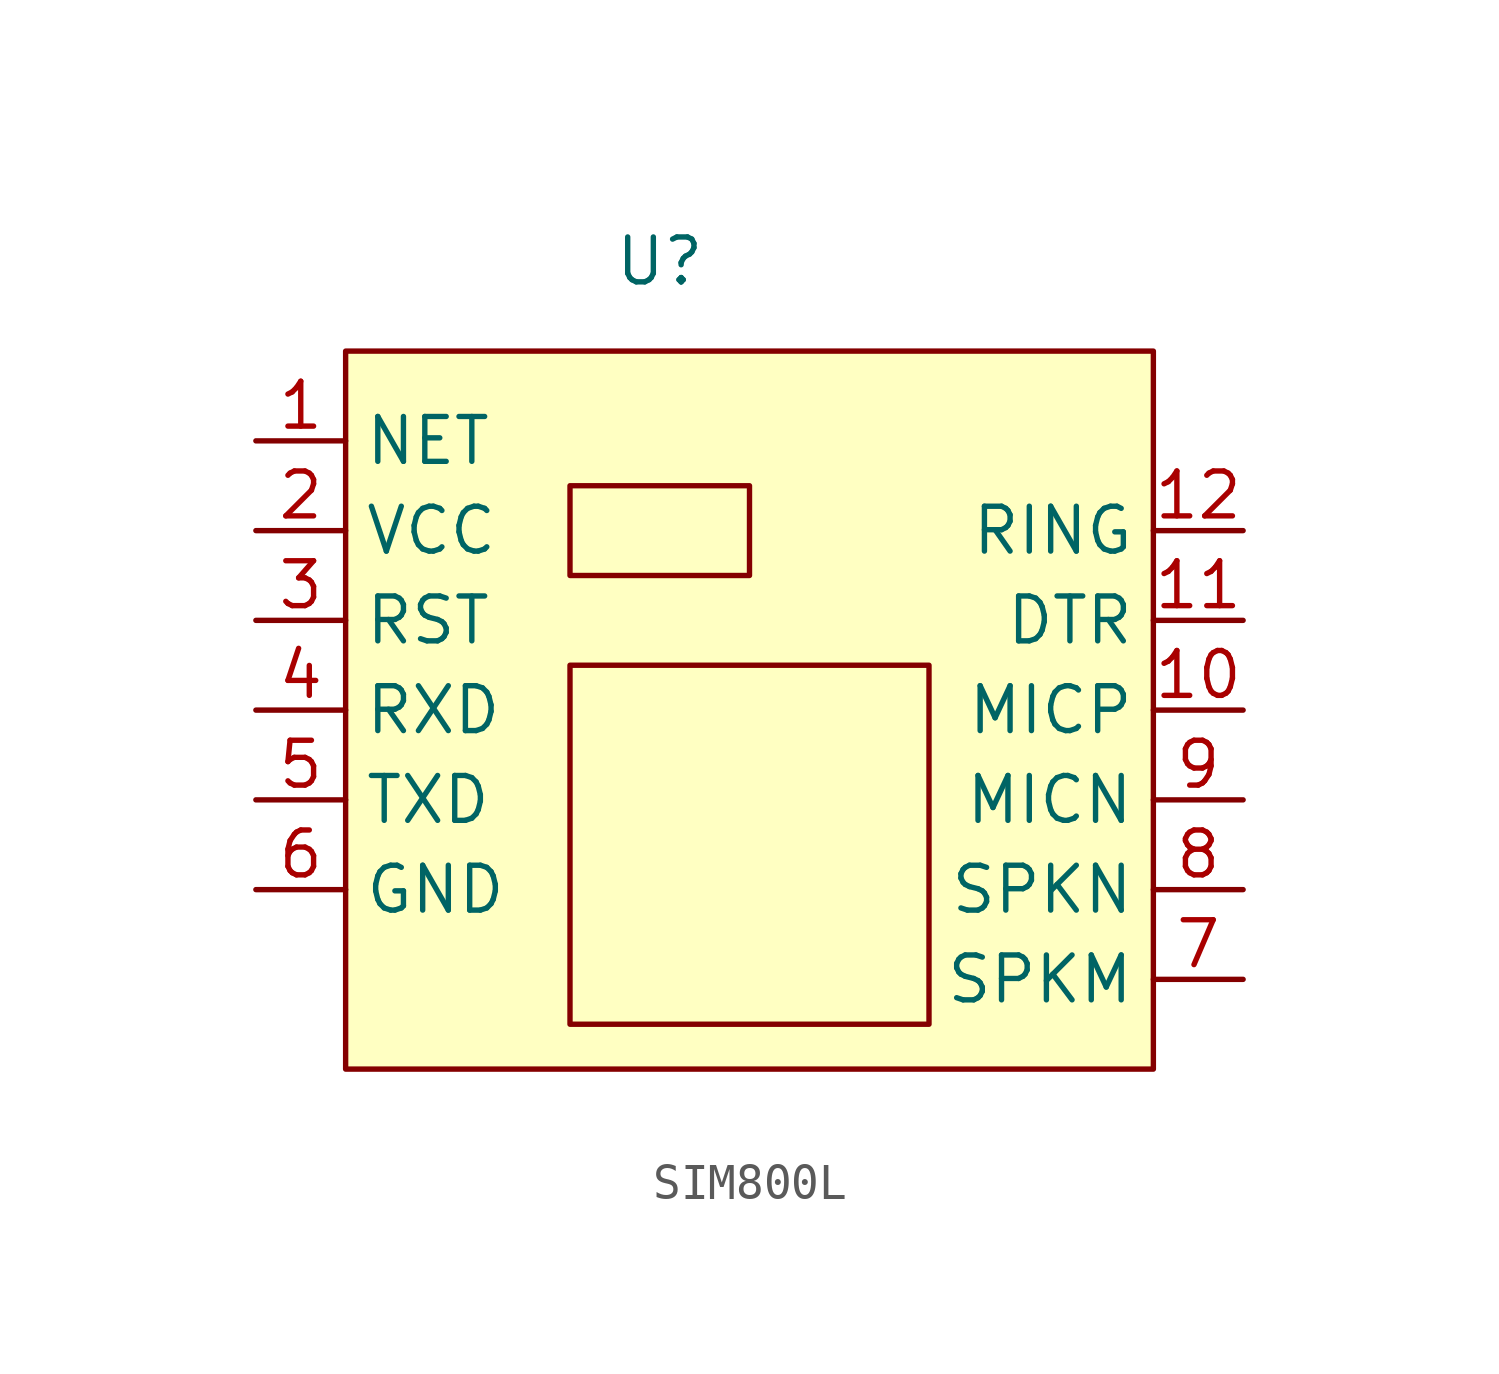
<source format=kicad_sym>
(kicad_symbol_lib
  (version 20220914)
  (generator kicad_symbol_editor)
  (symbol "SIM800L"
    (property "Reference" "U"
      (at 1.27 7.62 0)
      (effects (font (size 1.27 1.27))))
    (property "Value" ""
      (at -3.81 6.35 0)
      (effects (font (size 1.27 1.27))))
    (symbol "SIM800L_1_1"
      (rectangle (start -1.27 -3.81) (end 8.89 -13.97) (stroke (width 0) (type default)) (fill (type none)))
      (rectangle (start -1.27 1.27) (end 3.81 -1.27) (stroke (width 0) (type default)) (fill (type none)))
      (polyline (pts (xy -7.62 5.08) (xy -7.62 -15.24) (xy 15.24 -15.24) (xy 15.24 5.08) (xy -7.62 5.08)) (stroke (width 0) (type default)) (fill (type background)))
      (pin input line (at -10.16 2.54 0) (length 2.54) (name "NET" (effects (font (size 1.27 1.27)))) (number "1" (effects (font (size 1.27 1.27)))))
      (pin input line (at 17.78 -5.08 180) (length 2.54) (name "MICP" (effects (font (size 1.27 1.27)))) (number "10" (effects (font (size 1.27 1.27)))))
      (pin input line (at 17.78 -2.54 180) (length 2.54) (name "DTR" (effects (font (size 1.27 1.27)))) (number "11" (effects (font (size 1.27 1.27)))))
      (pin input line (at 17.78 0 180) (length 2.54) (name "RING" (effects (font (size 1.27 1.27)))) (number "12" (effects (font (size 1.27 1.27)))))
      (pin input line (at -10.16 0 0) (length 2.54) (name "VCC" (effects (font (size 1.27 1.27)))) (number "2" (effects (font (size 1.27 1.27)))))
      (pin input line (at -10.16 -2.54 0) (length 2.54) (name "RST" (effects (font (size 1.27 1.27)))) (number "3" (effects (font (size 1.27 1.27)))))
      (pin input line (at -10.16 -5.08 0) (length 2.54) (name "RXD" (effects (font (size 1.27 1.27)))) (number "4" (effects (font (size 1.27 1.27)))))
      (pin input line (at -10.16 -7.62 0) (length 2.54) (name "TXD" (effects (font (size 1.27 1.27)))) (number "5" (effects (font (size 1.27 1.27)))))
      (pin input line (at -10.16 -10.16 0) (length 2.54) (name "GND" (effects (font (size 1.27 1.27)))) (number "6" (effects (font (size 1.27 1.27)))))
      (pin input line (at 17.78 -12.7 180) (length 2.54) (name "SPKM" (effects (font (size 1.27 1.27)))) (number "7" (effects (font (size 1.27 1.27)))))
      (pin input line (at 17.78 -10.16 180) (length 2.54) (name "SPKN" (effects (font (size 1.27 1.27)))) (number "8" (effects (font (size 1.27 1.27)))))
      (pin input line (at 17.78 -7.62 180) (length 2.54) (name "MICN" (effects (font (size 1.27 1.27)))) (number "9" (effects (font (size 1.27 1.27))))))))
</source>
